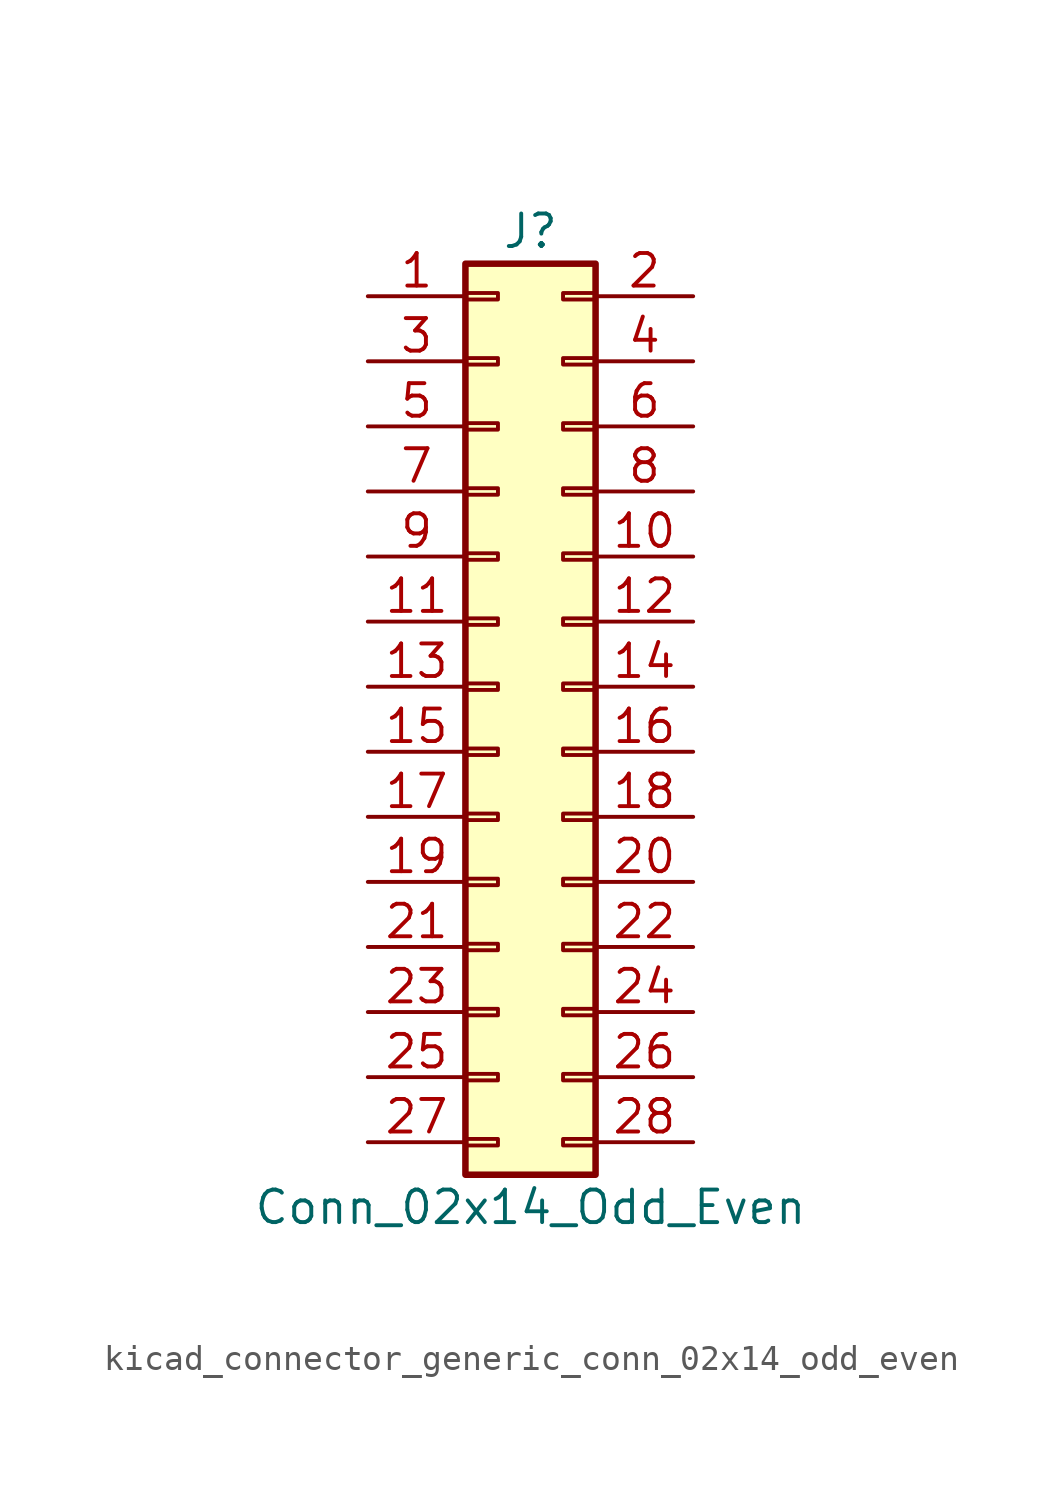
<source format=kicad_sym>
(kicad_symbol_lib
  (version 20220914)
  (generator kicad_symbol_editor)
  (symbol "kicad_connector_generic_conn_02x14_odd_even"
    (pin_names
      (offset 1.016) hide)
    (property "Reference" "J"
      (at 1.27 17.78 0)
      (effects (font (size 1.27 1.27))))
    (property "Value" "Conn_02x14_Odd_Even"
      (at 1.27 -20.32 0)
      (effects (font (size 1.27 1.27))))
    (symbol "kicad_connector_generic_conn_02x14_odd_even_1_1"
      (rectangle (start -1.27 -17.653) (end 0 -17.907) (stroke (width 0.152) (type default)) (fill (type none)))
      (rectangle (start -1.27 -15.113) (end 0 -15.367) (stroke (width 0.152) (type default)) (fill (type none)))
      (rectangle (start -1.27 -12.573) (end 0 -12.827) (stroke (width 0.152) (type default)) (fill (type none)))
      (rectangle (start -1.27 -10.033) (end 0 -10.287) (stroke (width 0.152) (type default)) (fill (type none)))
      (rectangle (start -1.27 -7.493) (end 0 -7.747) (stroke (width 0.152) (type default)) (fill (type none)))
      (rectangle (start -1.27 -4.953) (end 0 -5.207) (stroke (width 0.152) (type default)) (fill (type none)))
      (rectangle (start -1.27 -2.413) (end 0 -2.667) (stroke (width 0.152) (type default)) (fill (type none)))
      (rectangle (start -1.27 0.127) (end 0 -0.127) (stroke (width 0.152) (type default)) (fill (type none)))
      (rectangle (start -1.27 2.667) (end 0 2.413) (stroke (width 0.152) (type default)) (fill (type none)))
      (rectangle (start -1.27 5.207) (end 0 4.953) (stroke (width 0.152) (type default)) (fill (type none)))
      (rectangle (start -1.27 7.747) (end 0 7.493) (stroke (width 0.152) (type default)) (fill (type none)))
      (rectangle (start -1.27 10.287) (end 0 10.033) (stroke (width 0.152) (type default)) (fill (type none)))
      (rectangle (start -1.27 12.827) (end 0 12.573) (stroke (width 0.152) (type default)) (fill (type none)))
      (rectangle (start -1.27 15.367) (end 0 15.113) (stroke (width 0.152) (type default)) (fill (type none)))
      (rectangle (start -1.27 16.51) (end 3.81 -19.05) (stroke (width 0.254) (type default)) (fill (type background)))
      (rectangle (start 3.81 -17.653) (end 2.54 -17.907) (stroke (width 0.152) (type default)) (fill (type none)))
      (rectangle (start 3.81 -15.113) (end 2.54 -15.367) (stroke (width 0.152) (type default)) (fill (type none)))
      (rectangle (start 3.81 -12.573) (end 2.54 -12.827) (stroke (width 0.152) (type default)) (fill (type none)))
      (rectangle (start 3.81 -10.033) (end 2.54 -10.287) (stroke (width 0.152) (type default)) (fill (type none)))
      (rectangle (start 3.81 -7.493) (end 2.54 -7.747) (stroke (width 0.152) (type default)) (fill (type none)))
      (rectangle (start 3.81 -4.953) (end 2.54 -5.207) (stroke (width 0.152) (type default)) (fill (type none)))
      (rectangle (start 3.81 -2.413) (end 2.54 -2.667) (stroke (width 0.152) (type default)) (fill (type none)))
      (rectangle (start 3.81 0.127) (end 2.54 -0.127) (stroke (width 0.152) (type default)) (fill (type none)))
      (rectangle (start 3.81 2.667) (end 2.54 2.413) (stroke (width 0.152) (type default)) (fill (type none)))
      (rectangle (start 3.81 5.207) (end 2.54 4.953) (stroke (width 0.152) (type default)) (fill (type none)))
      (rectangle (start 3.81 7.747) (end 2.54 7.493) (stroke (width 0.152) (type default)) (fill (type none)))
      (rectangle (start 3.81 10.287) (end 2.54 10.033) (stroke (width 0.152) (type default)) (fill (type none)))
      (rectangle (start 3.81 12.827) (end 2.54 12.573) (stroke (width 0.152) (type default)) (fill (type none)))
      (rectangle (start 3.81 15.367) (end 2.54 15.113) (stroke (width 0.152) (type default)) (fill (type none)))
      (pin passive line (at -5.08 15.24 0) (length 3.81) (name "Pin_1" (effects (font (size 1.27 1.27)))) (number "1" (effects (font (size 1.27 1.27)))))
      (pin passive line (at 7.62 5.08 180) (length 3.81) (name "Pin_10" (effects (font (size 1.27 1.27)))) (number "10" (effects (font (size 1.27 1.27)))))
      (pin passive line (at -5.08 2.54 0) (length 3.81) (name "Pin_11" (effects (font (size 1.27 1.27)))) (number "11" (effects (font (size 1.27 1.27)))))
      (pin passive line (at 7.62 2.54 180) (length 3.81) (name "Pin_12" (effects (font (size 1.27 1.27)))) (number "12" (effects (font (size 1.27 1.27)))))
      (pin passive line (at -5.08 0 0) (length 3.81) (name "Pin_13" (effects (font (size 1.27 1.27)))) (number "13" (effects (font (size 1.27 1.27)))))
      (pin passive line (at 7.62 0 180) (length 3.81) (name "Pin_14" (effects (font (size 1.27 1.27)))) (number "14" (effects (font (size 1.27 1.27)))))
      (pin passive line (at -5.08 -2.54 0) (length 3.81) (name "Pin_15" (effects (font (size 1.27 1.27)))) (number "15" (effects (font (size 1.27 1.27)))))
      (pin passive line (at 7.62 -2.54 180) (length 3.81) (name "Pin_16" (effects (font (size 1.27 1.27)))) (number "16" (effects (font (size 1.27 1.27)))))
      (pin passive line (at -5.08 -5.08 0) (length 3.81) (name "Pin_17" (effects (font (size 1.27 1.27)))) (number "17" (effects (font (size 1.27 1.27)))))
      (pin passive line (at 7.62 -5.08 180) (length 3.81) (name "Pin_18" (effects (font (size 1.27 1.27)))) (number "18" (effects (font (size 1.27 1.27)))))
      (pin passive line (at -5.08 -7.62 0) (length 3.81) (name "Pin_19" (effects (font (size 1.27 1.27)))) (number "19" (effects (font (size 1.27 1.27)))))
      (pin passive line (at 7.62 15.24 180) (length 3.81) (name "Pin_2" (effects (font (size 1.27 1.27)))) (number "2" (effects (font (size 1.27 1.27)))))
      (pin passive line (at 7.62 -7.62 180) (length 3.81) (name "Pin_20" (effects (font (size 1.27 1.27)))) (number "20" (effects (font (size 1.27 1.27)))))
      (pin passive line (at -5.08 -10.16 0) (length 3.81) (name "Pin_21" (effects (font (size 1.27 1.27)))) (number "21" (effects (font (size 1.27 1.27)))))
      (pin passive line (at 7.62 -10.16 180) (length 3.81) (name "Pin_22" (effects (font (size 1.27 1.27)))) (number "22" (effects (font (size 1.27 1.27)))))
      (pin passive line (at -5.08 -12.7 0) (length 3.81) (name "Pin_23" (effects (font (size 1.27 1.27)))) (number "23" (effects (font (size 1.27 1.27)))))
      (pin passive line (at 7.62 -12.7 180) (length 3.81) (name "Pin_24" (effects (font (size 1.27 1.27)))) (number "24" (effects (font (size 1.27 1.27)))))
      (pin passive line (at -5.08 -15.24 0) (length 3.81) (name "Pin_25" (effects (font (size 1.27 1.27)))) (number "25" (effects (font (size 1.27 1.27)))))
      (pin passive line (at 7.62 -15.24 180) (length 3.81) (name "Pin_26" (effects (font (size 1.27 1.27)))) (number "26" (effects (font (size 1.27 1.27)))))
      (pin passive line (at -5.08 -17.78 0) (length 3.81) (name "Pin_27" (effects (font (size 1.27 1.27)))) (number "27" (effects (font (size 1.27 1.27)))))
      (pin passive line (at 7.62 -17.78 180) (length 3.81) (name "Pin_28" (effects (font (size 1.27 1.27)))) (number "28" (effects (font (size 1.27 1.27)))))
      (pin passive line (at -5.08 12.7 0) (length 3.81) (name "Pin_3" (effects (font (size 1.27 1.27)))) (number "3" (effects (font (size 1.27 1.27)))))
      (pin passive line (at 7.62 12.7 180) (length 3.81) (name "Pin_4" (effects (font (size 1.27 1.27)))) (number "4" (effects (font (size 1.27 1.27)))))
      (pin passive line (at -5.08 10.16 0) (length 3.81) (name "Pin_5" (effects (font (size 1.27 1.27)))) (number "5" (effects (font (size 1.27 1.27)))))
      (pin passive line (at 7.62 10.16 180) (length 3.81) (name "Pin_6" (effects (font (size 1.27 1.27)))) (number "6" (effects (font (size 1.27 1.27)))))
      (pin passive line (at -5.08 7.62 0) (length 3.81) (name "Pin_7" (effects (font (size 1.27 1.27)))) (number "7" (effects (font (size 1.27 1.27)))))
      (pin passive line (at 7.62 7.62 180) (length 3.81) (name "Pin_8" (effects (font (size 1.27 1.27)))) (number "8" (effects (font (size 1.27 1.27)))))
      (pin passive line (at -5.08 5.08 0) (length 3.81) (name "Pin_9" (effects (font (size 1.27 1.27)))) (number "9" (effects (font (size 1.27 1.27))))))))
</source>
